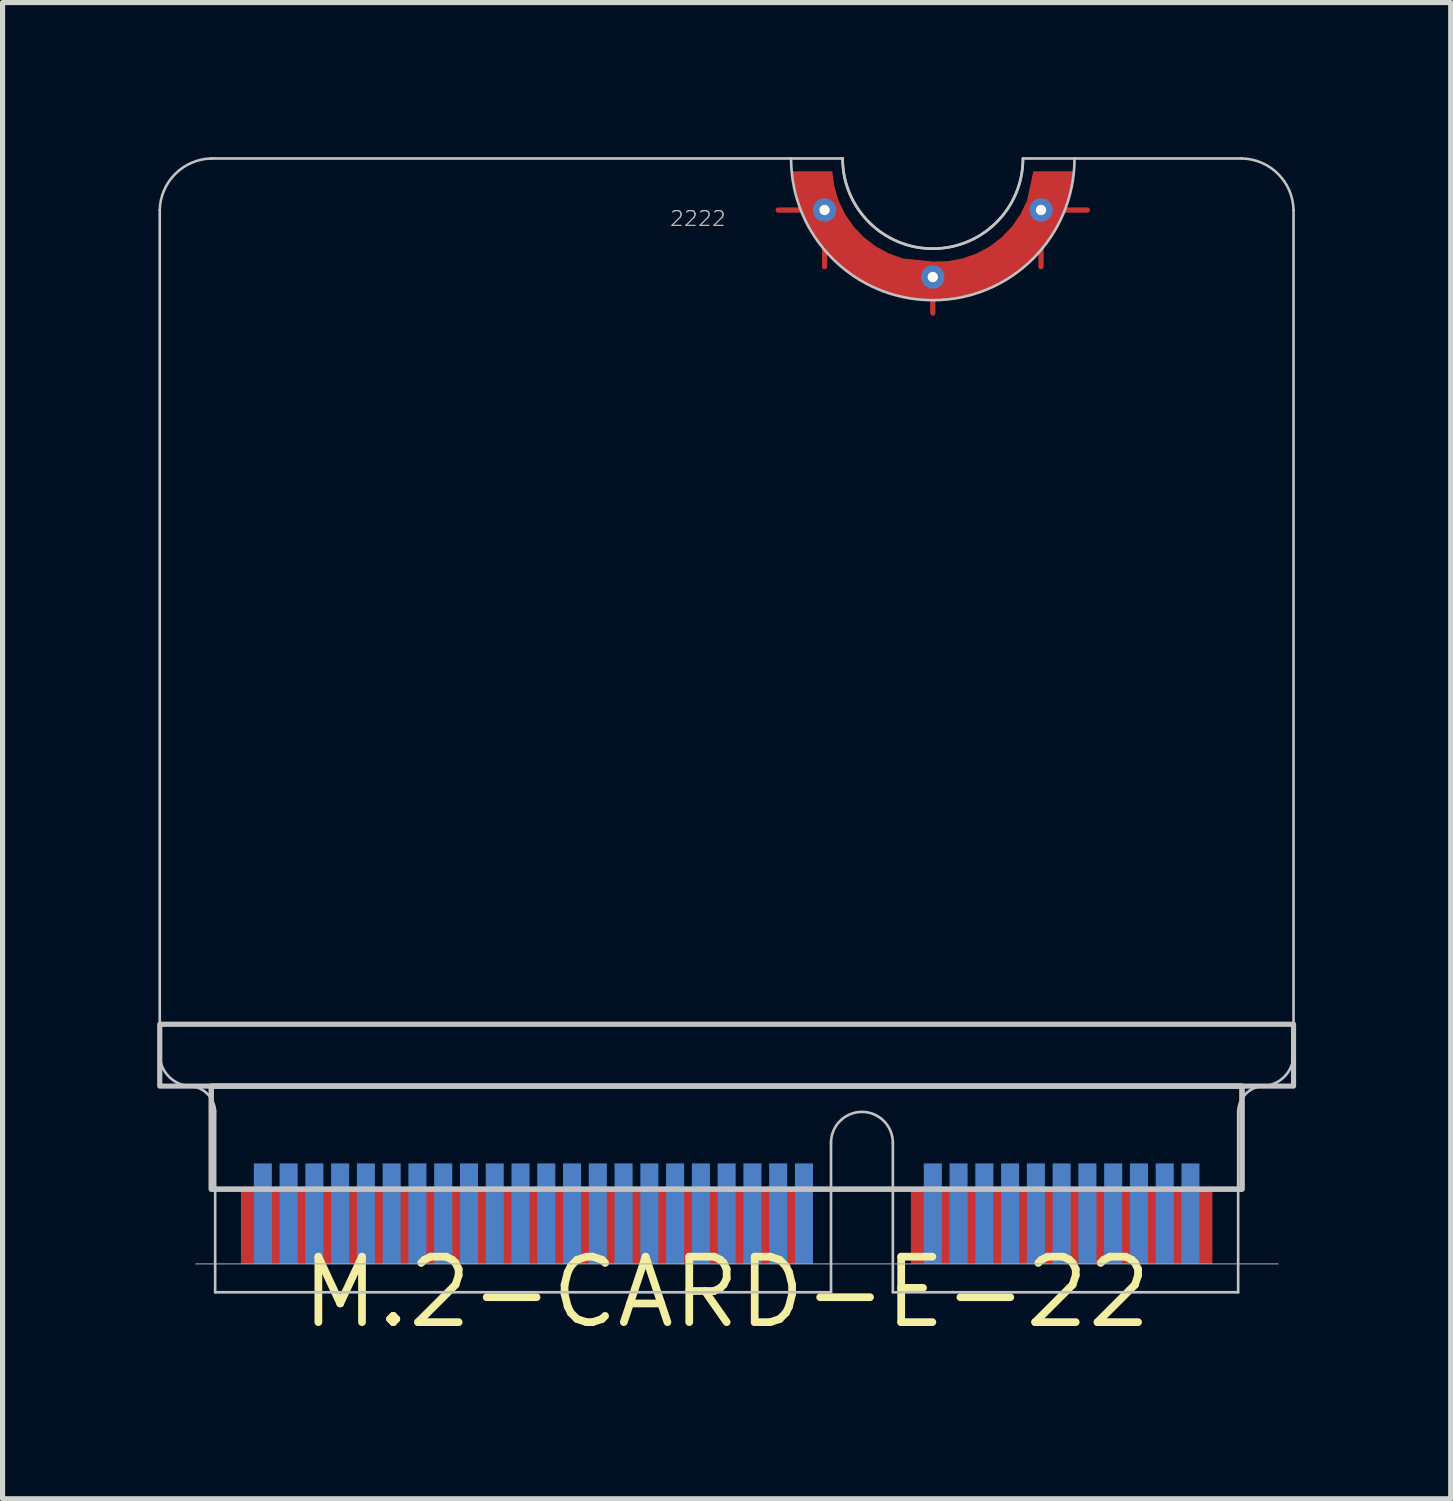
<source format=kicad_pcb>
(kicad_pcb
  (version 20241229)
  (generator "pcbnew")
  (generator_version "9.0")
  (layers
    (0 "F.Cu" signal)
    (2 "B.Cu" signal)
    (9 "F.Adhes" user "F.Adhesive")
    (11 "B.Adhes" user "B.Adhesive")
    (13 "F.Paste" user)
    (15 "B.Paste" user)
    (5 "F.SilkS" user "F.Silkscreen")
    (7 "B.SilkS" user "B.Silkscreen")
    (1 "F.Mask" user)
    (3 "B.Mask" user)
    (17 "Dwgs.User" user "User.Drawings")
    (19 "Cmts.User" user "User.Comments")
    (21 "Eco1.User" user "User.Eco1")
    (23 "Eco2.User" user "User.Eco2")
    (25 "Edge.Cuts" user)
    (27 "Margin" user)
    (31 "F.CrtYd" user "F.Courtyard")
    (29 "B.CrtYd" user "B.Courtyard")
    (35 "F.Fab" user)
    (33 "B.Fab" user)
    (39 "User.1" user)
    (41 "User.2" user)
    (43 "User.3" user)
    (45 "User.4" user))
  (footprint "M.2-CARD-E-22"
    (layer "F.Cu")
    (at 11.05 22.025)
    (property "Reference" "M.2-CARD-E-22" (at 0 0 0) (layer "F.SilkS") (effects (font (size 1.27 1.27) (thickness 0.15))))
    (attr through_hole)
    (fp_line (start 1.9 -21) (end 1 -21) (stroke (width 0.102) (type solid)) (layer "F.Cu"))
    (fp_line (start 1.9 -21) (end 1.9 -19.9) (stroke (width 0.102) (type solid)) (layer "F.Cu"))
    (fp_line (start 4 -19.7) (end 4 -19) (stroke (width 0.102) (type solid)) (layer "F.Cu"))
    (fp_line (start 6.1 -21) (end 6.1 -19.9) (stroke (width 0.102) (type solid)) (layer "F.Cu"))
    (fp_line (start 6.1 -21) (end 7 -21) (stroke (width 0.102) (type solid)) (layer "F.Cu"))
    (fp_poly (pts (xy 1.25 -21.75) (xy 2.05 -21.75) (xy 2.088 -21.462) (xy 2.171 -21.183) (xy 2.297 -20.921) (xy 2.462 -20.682) (xy 2.663 -20.471) (xy 2.893 -20.295) (xy 3.149 -20.156) (xy 3.423 -20.06) (xy 4 -20) (xy 4.291 -20.007) (xy 4.577 -20.06) (xy 4.851 -20.156) (xy 5.107 -20.295) (xy 5.337 -20.471) (xy 5.538 -20.682) (xy 5.703 -20.921) (xy 5.829 -21.183) (xy 5.95 -21.75) (xy 6.75 -21.75) (xy 6.687 -21.386) (xy 6.576 -21.034) (xy 6.42 -20.699) (xy 6.222 -20.388) (xy 5.983 -20.105) (xy 5.71 -19.857) (xy 5.406 -19.647) (xy 5.078 -19.478) (xy 4.73 -19.355) (xy 4.368 -19.278) (xy 4 -19.25) (xy 3.631 -19.276) (xy 3.268 -19.35) (xy 2.919 -19.473) (xy 2.589 -19.64) (xy 2.285 -19.85) (xy 2.011 -20.099) (xy 1.773 -20.383) (xy 1.574 -20.695) (xy 1.419 -21.031)) (stroke (width 0) (type solid)) (fill yes) (layer "F.Cu"))
    (fp_poly (pts (xy 1.25 -22) (xy 2.25 -22) (xy 2.277 -21.696) (xy 2.356 -21.401) (xy 2.484 -21.125) (xy 2.659 -20.875) (xy 2.875 -20.659) (xy 3.125 -20.484) (xy 3.401 -20.356) (xy 3.696 -20.277) (xy 4 -20.25) (xy 4.304 -20.277) (xy 4.599 -20.356) (xy 4.875 -20.484) (xy 5.125 -20.659) (xy 5.341 -20.875) (xy 5.516 -21.125) (xy 5.644 -21.401) (xy 5.75 -22) (xy 6.75 -22) (xy 6.726 -21.641) (xy 6.656 -21.288) (xy 6.541 -20.948) (xy 6.382 -20.625) (xy 6.182 -20.326) (xy 5.945 -20.055) (xy 5.674 -19.818) (xy 5.375 -19.618) (xy 5.052 -19.459) (xy 4.712 -19.344) (xy 4 -19.25) (xy 3.641 -19.274) (xy 3.288 -19.344) (xy 2.948 -19.459) (xy 2.625 -19.618) (xy 2.326 -19.818) (xy 2.055 -20.055) (xy 1.818 -20.326) (xy 1.618 -20.625) (xy 1.459 -20.948) (xy 1.344 -21.288) (xy 1.274 -21.641)) (stroke (width 0) (type solid)) (fill yes) (layer "F.Mask"))
    (fp_poly (pts (xy 6.75 -22) (xy 5.75 -22) (xy 5.723 -21.696) (xy 5.644 -21.401) (xy 5.516 -21.125) (xy 5.341 -20.875) (xy 5.125 -20.659) (xy 4.875 -20.484) (xy 4.599 -20.356) (xy 4.304 -20.277) (xy 4 -20.25) (xy 3.696 -20.277) (xy 3.401 -20.356) (xy 3.125 -20.484) (xy 2.875 -20.659) (xy 2.659 -20.875) (xy 2.484 -21.125) (xy 2.356 -21.401) (xy 2.277 -21.696) (xy 2.25 -22) (xy 1.25 -22) (xy 1.274 -21.641) (xy 1.344 -21.288) (xy 1.459 -20.948) (xy 1.618 -20.625) (xy 1.818 -20.326) (xy 2.055 -20.055) (xy 2.326 -19.818) (xy 2.625 -19.618) (xy 2.948 -19.459) (xy 3.288 -19.344) (xy 3.641 -19.274) (xy 4 -19.25) (xy 4.359 -19.274) (xy 4.712 -19.344) (xy 5.052 -19.459) (xy 5.375 -19.618) (xy 5.674 -19.818) (xy 5.945 -20.055) (xy 6.182 -20.326) (xy 6.382 -20.625) (xy 6.541 -20.948) (xy 6.656 -21.288)) (stroke (width 0) (type solid)) (fill yes) (layer "B.Mask"))
    (fp_line (start -11 -21) (end -11 -4.6) (stroke (width 0.051) (type solid)) (layer "Dwgs.User"))
    (fp_line (start -9.925 0) (end -9.925 -3.5) (stroke (width 0.051) (type solid)) (layer "Dwgs.User"))
    (fp_line (start 2.025 -2.9) (end 2.025 0) (stroke (width 0.051) (type solid)) (layer "Dwgs.User"))
    (fp_line (start 2.025 0) (end -9.925 0) (stroke (width 0.051) (type solid)) (layer "Dwgs.User"))
    (fp_line (start 2.25 -22) (end -10 -22) (stroke (width 0.051) (type solid)) (layer "Dwgs.User"))
    (fp_line (start 3.225 -2.9) (end 3.225 0) (stroke (width 0.051) (type solid)) (layer "Dwgs.User"))
    (fp_line (start 9.925 -3.5) (end 9.925 0) (stroke (width 0.051) (type solid)) (layer "Dwgs.User"))
    (fp_line (start 9.925 0) (end 3.225 0) (stroke (width 0.051) (type solid)) (layer "Dwgs.User"))
    (fp_line (start 10 -22) (end 5.75 -22) (stroke (width 0.051) (type solid)) (layer "Dwgs.User"))
    (fp_line (start 11 -21) (end 11 -4.6) (stroke (width 0.05) (type solid)) (layer "Dwgs.User"))
    (fp_arc (start -11 -21) (mid -10.7 -21.7) (end -10 -22) (stroke (width 0.05) (type solid)) (layer "Dwgs.User"))
    (fp_arc (start -10.400001 -3.999999) (mid -10.819362 -4.180638) (end -11 -4.6) (stroke (width 0.05) (type solid)) (layer "Dwgs.User"))
    (fp_arc (start -10.4 -4) (mid -10.066759 -3.840954) (end -9.925 -3.5) (stroke (width 0.0508) (type solid)) (layer "Dwgs.User"))
    (fp_arc (start 2.025 -2.9) (mid 2.625 -3.5) (end 3.225 -2.9) (stroke (width 0.0508) (type solid)) (layer "Dwgs.User"))
    (fp_arc (start 5.75 -22) (mid 4 -20.25) (end 2.25 -22) (stroke (width 0.0508) (type solid)) (layer "Dwgs.User"))
    (fp_arc (start 5.75 -22) (mid 4 -20.25) (end 2.25 -22) (stroke (width 0.0508) (type solid)) (layer "Dwgs.User"))
    (fp_arc (start 6.75 -22) (mid 4 -19.25) (end 1.25 -22) (stroke (width 0.0508) (type solid)) (layer "Dwgs.User"))
    (fp_arc (start 9.925 -3.5) (mid 10.065344 -3.842298) (end 10.4 -4) (stroke (width 0.0508) (type solid)) (layer "Dwgs.User"))
    (fp_arc (start 10 -22) (mid 10.7 -21.7) (end 11 -21) (stroke (width 0.05) (type solid)) (layer "Dwgs.User"))
    (fp_arc (start 10.999999 -4.599999) (mid 10.819361 -4.180638) (end 10.4 -4) (stroke (width 0.05) (type solid)) (layer "Dwgs.User"))
    (fp_poly (pts (xy 10 -4) (xy -10 -4) (xy -10 -2) (xy 10 -2)) (stroke (width 0.1) (type solid)) (fill no) (layer "Dwgs.User"))
    (fp_poly (pts (xy 10 -4) (xy -10 -4) (xy -10 -2) (xy 10 -2)) (stroke (width 0.1) (type solid)) (fill no) (layer "Dwgs.User"))
    (fp_poly (pts (xy 11 -5.2) (xy -11 -5.2) (xy -11 -4) (xy 11 -4)) (stroke (width 0.1) (type solid)) (fill no) (layer "Dwgs.User"))
    (fp_line (start -10.3 -0.55) (end 10.7 -0.55) (stroke (width 0.02) (type solid)) (layer "F.Fab"))
    (fp_text user "2222" (at 0 -21 0) (layer "Dwgs.User") (effects (font (size 0.285 0.285) (thickness 0.024)) (justify right top)))
    (pad "1" smd rect (at 9.25 -1.275 180) (size 0.35 1.45) (layers "F.Cu" "F.Mask"))
    (pad "2" smd rect (at 9 -1.525) (size 0.35 1.95) (layers "B.Cu" "B.Mask"))
    (pad "3" smd rect (at 8.75 -1.275 180) (size 0.35 1.45) (layers "F.Cu" "F.Mask"))
    (pad "4" smd rect (at 8.5 -1.525) (size 0.35 1.95) (layers "B.Cu" "B.Mask"))
    (pad "5" smd rect (at 8.25 -1.275 180) (size 0.35 1.45) (layers "F.Cu" "F.Mask"))
    (pad "6" smd rect (at 8 -1.525) (size 0.35 1.95) (layers "B.Cu" "B.Mask"))
    (pad "7" smd rect (at 7.75 -1.275 180) (size 0.35 1.45) (layers "F.Cu" "F.Mask"))
    (pad "8" smd rect (at 7.5 -1.525) (size 0.35 1.95) (layers "B.Cu" "B.Mask"))
    (pad "9" smd rect (at 7.25 -1.275 180) (size 0.35 1.45) (layers "F.Cu" "F.Mask"))
    (pad "10" smd rect (at 7 -1.525) (size 0.35 1.95) (layers "B.Cu" "B.Mask"))
    (pad "11" smd rect (at 6.75 -1.275 180) (size 0.35 1.45) (layers "F.Cu" "F.Mask"))
    (pad "12" smd rect (at 6.5 -1.525) (size 0.35 1.95) (layers "B.Cu" "B.Mask"))
    (pad "13" smd rect (at 6.25 -1.275 180) (size 0.35 1.45) (layers "F.Cu" "F.Mask"))
    (pad "14" smd rect (at 6 -1.525) (size 0.35 1.95) (layers "B.Cu" "B.Mask"))
    (pad "15" smd rect (at 5.75 -1.275 180) (size 0.35 1.45) (layers "F.Cu" "F.Mask"))
    (pad "16" smd rect (at 5.5 -1.525) (size 0.35 1.95) (layers "B.Cu" "B.Mask"))
    (pad "17" smd rect (at 5.25 -1.275 180) (size 0.35 1.45) (layers "F.Cu" "F.Mask"))
    (pad "18" smd rect (at 5 -1.525) (size 0.35 1.95) (layers "B.Cu" "B.Mask"))
    (pad "19" smd rect (at 4.75 -1.275 180) (size 0.35 1.45) (layers "F.Cu" "F.Mask"))
    (pad "20" smd rect (at 4.5 -1.525) (size 0.35 1.95) (layers "B.Cu" "B.Mask"))
    (pad "21" smd rect (at 4.25 -1.275 180) (size 0.35 1.45) (layers "F.Cu" "F.Mask"))
    (pad "22" smd rect (at 4 -1.525) (size 0.35 1.95) (layers "B.Cu" "B.Mask"))
    (pad "23" smd rect (at 3.75 -1.275 180) (size 0.35 1.45) (layers "F.Cu" "F.Mask"))
    (pad "32" smd rect (at 1.5 -1.525) (size 0.35 1.95) (layers "B.Cu" "B.Mask"))
    (pad "33" smd rect (at 1.25 -1.275 180) (size 0.35 1.45) (layers "F.Cu" "F.Mask"))
    (pad "34" smd rect (at 1 -1.525) (size 0.35 1.95) (layers "B.Cu" "B.Mask"))
    (pad "35" smd rect (at 0.75 -1.275 180) (size 0.35 1.45) (layers "F.Cu" "F.Mask"))
    (pad "36" smd rect (at 0.5 -1.525) (size 0.35 1.95) (layers "B.Cu" "B.Mask"))
    (pad "37" smd rect (at 0.25 -1.275 180) (size 0.35 1.45) (layers "F.Cu" "F.Mask"))
    (pad "38" smd rect (at 0 -1.525) (size 0.35 1.95) (layers "B.Cu" "B.Mask"))
    (pad "39" smd rect (at -0.25 -1.275 180) (size 0.35 1.45) (layers "F.Cu" "F.Mask"))
    (pad "40" smd rect (at -0.5 -1.525) (size 0.35 1.95) (layers "B.Cu" "B.Mask"))
    (pad "41" smd rect (at -0.75 -1.275 180) (size 0.35 1.45) (layers "F.Cu" "F.Mask"))
    (pad "42" smd rect (at -1 -1.525) (size 0.35 1.95) (layers "B.Cu" "B.Mask"))
    (pad "43" smd rect (at -1.25 -1.275 180) (size 0.35 1.45) (layers "F.Cu" "F.Mask"))
    (pad "44" smd rect (at -1.5 -1.525) (size 0.35 1.95) (layers "B.Cu" "B.Mask"))
    (pad "45" smd rect (at -1.75 -1.275 180) (size 0.35 1.45) (layers "F.Cu" "F.Mask"))
    (pad "46" smd rect (at -2 -1.525) (size 0.35 1.95) (layers "B.Cu" "B.Mask"))
    (pad "47" smd rect (at -2.25 -1.275 180) (size 0.35 1.45) (layers "F.Cu" "F.Mask"))
    (pad "48" smd rect (at -2.5 -1.525) (size 0.35 1.95) (layers "B.Cu" "B.Mask"))
    (pad "49" smd rect (at -2.75 -1.275 180) (size 0.35 1.45) (layers "F.Cu" "F.Mask"))
    (pad "50" smd rect (at -3 -1.525) (size 0.35 1.95) (layers "B.Cu" "B.Mask"))
    (pad "51" smd rect (at -3.25 -1.275 180) (size 0.35 1.45) (layers "F.Cu" "F.Mask"))
    (pad "52" smd rect (at -3.5 -1.525) (size 0.35 1.95) (layers "B.Cu" "B.Mask"))
    (pad "53" smd rect (at -3.75 -1.275 180) (size 0.35 1.45) (layers "F.Cu" "F.Mask"))
    (pad "54" smd rect (at -4 -1.525) (size 0.35 1.95) (layers "B.Cu" "B.Mask"))
    (pad "55" smd rect (at -4.25 -1.275 180) (size 0.35 1.45) (layers "F.Cu" "F.Mask"))
    (pad "56" smd rect (at -4.5 -1.525) (size 0.35 1.95) (layers "B.Cu" "B.Mask"))
    (pad "57" smd rect (at -4.75 -1.275 180) (size 0.35 1.45) (layers "F.Cu" "F.Mask"))
    (pad "58" smd rect (at -5 -1.525) (size 0.35 1.95) (layers "B.Cu" "B.Mask"))
    (pad "59" smd rect (at -5.25 -1.275 180) (size 0.35 1.45) (layers "F.Cu" "F.Mask"))
    (pad "60" smd rect (at -5.5 -1.525) (size 0.35 1.95) (layers "B.Cu" "B.Mask"))
    (pad "61" smd rect (at -5.75 -1.275 180) (size 0.35 1.45) (layers "F.Cu" "F.Mask"))
    (pad "62" smd rect (at -6 -1.525) (size 0.35 1.95) (layers "B.Cu" "B.Mask"))
    (pad "63" smd rect (at -6.25 -1.275 180) (size 0.35 1.45) (layers "F.Cu" "F.Mask"))
    (pad "64" smd rect (at -6.5 -1.525) (size 0.35 1.95) (layers "B.Cu" "B.Mask"))
    (pad "65" smd rect (at -6.75 -1.275 180) (size 0.35 1.45) (layers "F.Cu" "F.Mask"))
    (pad "66" smd rect (at -7 -1.525) (size 0.35 1.95) (layers "B.Cu" "B.Mask"))
    (pad "67" smd rect (at -7.25 -1.275 180) (size 0.35 1.45) (layers "F.Cu" "F.Mask"))
    (pad "68" smd rect (at -7.5 -1.525) (size 0.35 1.95) (layers "B.Cu" "B.Mask"))
    (pad "69" smd rect (at -7.75 -1.275 180) (size 0.35 1.45) (layers "F.Cu" "F.Mask"))
    (pad "70" smd rect (at -8 -1.525) (size 0.35 1.95) (layers "B.Cu" "B.Mask"))
    (pad "71" smd rect (at -8.25 -1.275 180) (size 0.35 1.45) (layers "F.Cu" "F.Mask"))
    (pad "72" smd rect (at -8.5 -1.525) (size 0.35 1.95) (layers "B.Cu" "B.Mask"))
    (pad "73" smd rect (at -8.75 -1.275 180) (size 0.35 1.45) (layers "F.Cu" "F.Mask"))
    (pad "74" smd rect (at -9 -1.525) (size 0.35 1.95) (layers "B.Cu" "B.Mask"))
    (pad "75" smd rect (at -9.25 -1.275 180) (size 0.35 1.45) (layers "F.Cu" "F.Mask"))
    (pad "GND1" thru_hole circle (at 1.9 -21) (size 0.454 0.454) (drill 0.2) (layers "*.Cu" "*.Mask"))
    (pad "GND2" thru_hole circle (at 4 -19.7) (size 0.454 0.454) (drill 0.2) (layers "*.Cu" "*.Mask"))
    (pad "GND3" thru_hole circle (at 6.1 -21) (size 0.454 0.454) (drill 0.2) (layers "*.Cu" "*.Mask")))
  (gr_rect
    (start -3 -3)
    (end 25.1 26.032)
    (stroke (width 0.1) (type default))
    (fill no)
    (layer "Edge.Cuts")))
</source>
